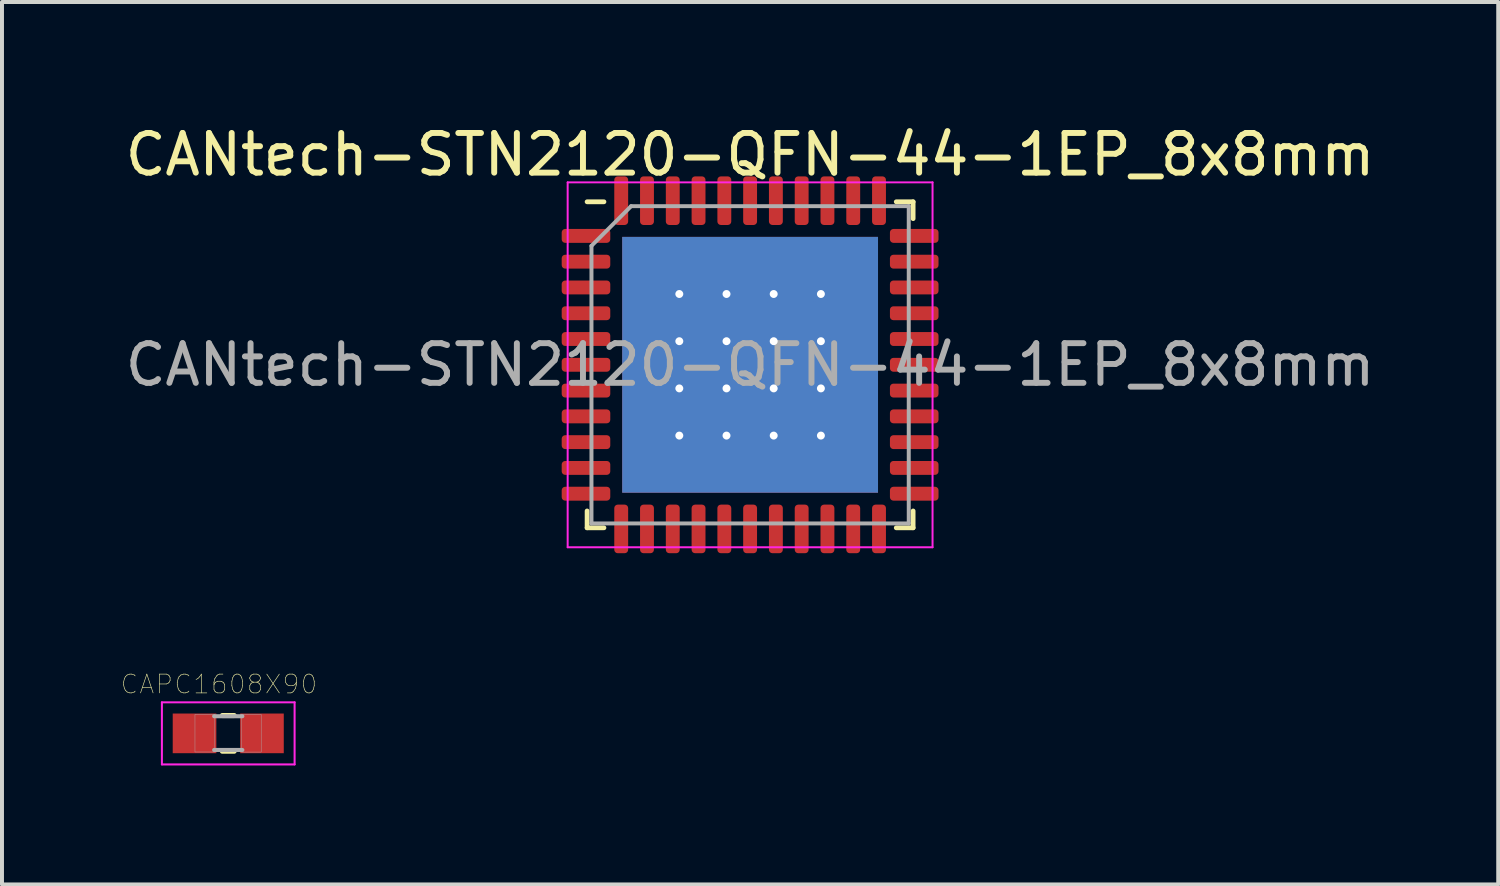
<source format=kicad_pcb>
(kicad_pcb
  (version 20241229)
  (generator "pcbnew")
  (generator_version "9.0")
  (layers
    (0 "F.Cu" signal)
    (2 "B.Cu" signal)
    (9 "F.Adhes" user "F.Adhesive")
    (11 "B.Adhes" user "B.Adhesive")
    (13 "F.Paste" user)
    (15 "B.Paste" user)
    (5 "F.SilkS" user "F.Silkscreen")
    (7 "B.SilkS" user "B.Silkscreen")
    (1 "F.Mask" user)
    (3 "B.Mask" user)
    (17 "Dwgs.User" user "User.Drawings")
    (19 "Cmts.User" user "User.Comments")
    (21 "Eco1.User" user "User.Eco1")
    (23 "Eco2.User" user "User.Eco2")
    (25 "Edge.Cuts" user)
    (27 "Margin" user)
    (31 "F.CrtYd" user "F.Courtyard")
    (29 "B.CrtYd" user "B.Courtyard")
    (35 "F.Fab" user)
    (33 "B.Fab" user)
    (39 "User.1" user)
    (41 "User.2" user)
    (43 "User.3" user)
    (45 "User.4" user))
  (footprint "CAPC1608X90"
    (layer "F.Cu")
    (at 2.705 15.441)
    (property "Reference" "CAPC1608X90" (at -0.236 -1.239 0) (layer "F.SilkS") (effects (font (size 0.474 0.474) (thickness 0.015))))
    (attr through_hole)
    (fp_line (start -0.15 -0.45) (end 0.15 -0.45) (stroke (width 0.127) (type solid)) (layer "F.SilkS"))
    (fp_line (start -0.15 0.45) (end 0.15 0.45) (stroke (width 0.127) (type solid)) (layer "F.SilkS"))
    (fp_line (start -1.673 -0.783) (end 1.673 -0.783) (stroke (width 0.051) (type solid)) (layer "F.CrtYd"))
    (fp_line (start -1.673 0.783) (end -1.673 -0.783) (stroke (width 0.051) (type solid)) (layer "F.CrtYd"))
    (fp_line (start 1.673 -0.783) (end 1.673 0.783) (stroke (width 0.051) (type solid)) (layer "F.CrtYd"))
    (fp_line (start 1.673 0.783) (end -1.673 0.783) (stroke (width 0.051) (type solid)) (layer "F.CrtYd"))
    (fp_line (start -0.356 -0.432) (end 0.356 -0.432) (stroke (width 0.102) (type solid)) (layer "F.Fab"))
    (fp_line (start -0.356 0.419) (end 0.356 0.419) (stroke (width 0.102) (type solid)) (layer "F.Fab"))
    (fp_poly (pts (xy -0.839 -0.48) (xy -0.338 -0.48) (xy -0.338 0.47) (xy -0.839 0.47)) (stroke (width 0.01) (type solid)) (fill no) (layer "F.Fab"))
    (fp_poly (pts (xy 0.331 -0.48) (xy 0.83 -0.48) (xy 0.83 0.471) (xy 0.331 0.471)) (stroke (width 0.01) (type solid)) (fill no) (layer "F.Fab"))
    (pad "1" smd rect (at -0.85 0) (size 1.1 1) (layers "F.Cu" "F.Mask" "F.Paste"))
    (pad "2" smd rect (at 0.85 0) (size 1.1 1) (layers "F.Cu" "F.Mask" "F.Paste")))
  (footprint "CANtech-STN2120-QFN-44-1EP_8x8mm"
    (layer "F.Cu")
    (at 15.863 6.148)
    (property "Reference" "CANtech-STN2120-QFN-44-1EP_8x8mm" (at 0 -5.3 0) (layer "F.SilkS") (effects (font (size 1 1) (thickness 0.15))))
    (attr smd)
    (fp_line (start -4.11 4.11) (end -4.11 3.685) (stroke (width 0.12) (type solid)) (layer "F.SilkS"))
    (fp_line (start -3.685 -4.11) (end -4.11 -4.11) (stroke (width 0.12) (type solid)) (layer "F.SilkS"))
    (fp_line (start -3.685 4.11) (end -4.11 4.11) (stroke (width 0.12) (type solid)) (layer "F.SilkS"))
    (fp_line (start 3.685 -4.11) (end 4.11 -4.11) (stroke (width 0.12) (type solid)) (layer "F.SilkS"))
    (fp_line (start 3.685 4.11) (end 4.11 4.11) (stroke (width 0.12) (type solid)) (layer "F.SilkS"))
    (fp_line (start 4.11 -4.11) (end 4.11 -3.685) (stroke (width 0.12) (type solid)) (layer "F.SilkS"))
    (fp_line (start 4.11 4.11) (end 4.11 3.685) (stroke (width 0.12) (type solid)) (layer "F.SilkS"))
    (fp_line (start -4.6 -4.6) (end -4.6 4.6) (stroke (width 0.05) (type solid)) (layer "F.CrtYd"))
    (fp_line (start -4.6 4.6) (end 4.6 4.6) (stroke (width 0.05) (type solid)) (layer "F.CrtYd"))
    (fp_line (start 4.6 -4.6) (end -4.6 -4.6) (stroke (width 0.05) (type solid)) (layer "F.CrtYd"))
    (fp_line (start 4.6 4.6) (end 4.6 -4.6) (stroke (width 0.05) (type solid)) (layer "F.CrtYd"))
    (fp_line (start -4 -3) (end -3 -4) (stroke (width 0.1) (type solid)) (layer "F.Fab"))
    (fp_line (start -4 4) (end -4 -3) (stroke (width 0.1) (type solid)) (layer "F.Fab"))
    (fp_line (start -3 -4) (end 4 -4) (stroke (width 0.1) (type solid)) (layer "F.Fab"))
    (fp_line (start 4 -4) (end 4 4) (stroke (width 0.1) (type solid)) (layer "F.Fab"))
    (fp_line (start 4 4) (end -4 4) (stroke (width 0.1) (type solid)) (layer "F.Fab"))
    (fp_text user "${REFERENCE}" (at 0 0 0) (layer "F.Fab") (effects (font (size 1 1) (thickness 0.15))))
    (pad "" smd roundrect (at -2.38 -2.38) (size 0.999 0.999) (layers "F.Paste") (roundrect_rratio 0.25))
    (pad "" smd roundrect (at -2.38 -1.19) (size 0.999 0.999) (layers "F.Paste") (roundrect_rratio 0.25))
    (pad "" smd roundrect (at -2.38 0) (size 0.999 0.999) (layers "F.Paste") (roundrect_rratio 0.25))
    (pad "" smd roundrect (at -2.38 1.19) (size 0.999 0.999) (layers "F.Paste") (roundrect_rratio 0.25))
    (pad "" smd roundrect (at -2.38 2.38) (size 0.999 0.999) (layers "F.Paste") (roundrect_rratio 0.25))
    (pad "" smd roundrect (at -1.19 -2.38) (size 0.999 0.999) (layers "F.Paste") (roundrect_rratio 0.25))
    (pad "" smd roundrect (at -1.19 -1.19) (size 0.999 0.999) (layers "F.Paste") (roundrect_rratio 0.25))
    (pad "" smd roundrect (at -1.19 0) (size 0.999 0.999) (layers "F.Paste") (roundrect_rratio 0.25))
    (pad "" smd roundrect (at -1.19 1.19) (size 0.999 0.999) (layers "F.Paste") (roundrect_rratio 0.25))
    (pad "" smd roundrect (at -1.19 2.38) (size 0.999 0.999) (layers "F.Paste") (roundrect_rratio 0.25))
    (pad "" smd roundrect (at 0 -2.38) (size 0.999 0.999) (layers "F.Paste") (roundrect_rratio 0.25))
    (pad "" smd roundrect (at 0 -1.19) (size 0.999 0.999) (layers "F.Paste") (roundrect_rratio 0.25))
    (pad "" smd roundrect (at 0 0) (size 0.999 0.999) (layers "F.Paste") (roundrect_rratio 0.25))
    (pad "" smd roundrect (at 0 1.19) (size 0.999 0.999) (layers "F.Paste") (roundrect_rratio 0.25))
    (pad "" smd roundrect (at 0 2.38) (size 0.999 0.999) (layers "F.Paste") (roundrect_rratio 0.25))
    (pad "" smd roundrect (at 1.19 -2.38) (size 0.999 0.999) (layers "F.Paste") (roundrect_rratio 0.25))
    (pad "" smd roundrect (at 1.19 -1.19) (size 0.999 0.999) (layers "F.Paste") (roundrect_rratio 0.25))
    (pad "" smd roundrect (at 1.19 0) (size 0.999 0.999) (layers "F.Paste") (roundrect_rratio 0.25))
    (pad "" smd roundrect (at 1.19 1.19) (size 0.999 0.999) (layers "F.Paste") (roundrect_rratio 0.25))
    (pad "" smd roundrect (at 1.19 2.38) (size 0.999 0.999) (layers "F.Paste") (roundrect_rratio 0.25))
    (pad "" smd roundrect (at 2.38 -2.38) (size 0.999 0.999) (layers "F.Paste") (roundrect_rratio 0.25))
    (pad "" smd roundrect (at 2.38 -1.19) (size 0.999 0.999) (layers "F.Paste") (roundrect_rratio 0.25))
    (pad "" smd roundrect (at 2.38 0) (size 0.999 0.999) (layers "F.Paste") (roundrect_rratio 0.25))
    (pad "" smd roundrect (at 2.38 1.19) (size 0.999 0.999) (layers "F.Paste") (roundrect_rratio 0.25))
    (pad "" smd roundrect (at 2.38 2.38) (size 0.999 0.999) (layers "F.Paste") (roundrect_rratio 0.25))
    (pad "1" smd roundrect (at -4.138 -3.25) (size 1.225 0.35) (layers "F.Cu" "F.Mask" "F.Paste") (roundrect_rratio 0.25))
    (pad "2" smd roundrect (at -4.138 -2.6) (size 1.225 0.35) (layers "F.Cu" "F.Mask" "F.Paste") (roundrect_rratio 0.25))
    (pad "3" smd roundrect (at -4.138 -1.95) (size 1.225 0.35) (layers "F.Cu" "F.Mask" "F.Paste") (roundrect_rratio 0.25))
    (pad "4" smd roundrect (at -4.138 -1.3) (size 1.225 0.35) (layers "F.Cu" "F.Mask" "F.Paste") (roundrect_rratio 0.25))
    (pad "5" smd roundrect (at -4.138 -0.65) (size 1.225 0.35) (layers "F.Cu" "F.Mask" "F.Paste") (roundrect_rratio 0.25))
    (pad "6" smd roundrect (at -4.138 0) (size 1.225 0.35) (layers "F.Cu" "F.Mask" "F.Paste") (roundrect_rratio 0.25))
    (pad "7" smd roundrect (at -4.138 0.65) (size 1.225 0.35) (layers "F.Cu" "F.Mask" "F.Paste") (roundrect_rratio 0.25))
    (pad "8" smd roundrect (at -4.138 1.3) (size 1.225 0.35) (layers "F.Cu" "F.Mask" "F.Paste") (roundrect_rratio 0.25))
    (pad "9" smd roundrect (at -4.138 1.95) (size 1.225 0.35) (layers "F.Cu" "F.Mask" "F.Paste") (roundrect_rratio 0.25))
    (pad "10" smd roundrect (at -4.138 2.6) (size 1.225 0.35) (layers "F.Cu" "F.Mask" "F.Paste") (roundrect_rratio 0.25))
    (pad "11" smd roundrect (at -4.138 3.25) (size 1.225 0.35) (layers "F.Cu" "F.Mask" "F.Paste") (roundrect_rratio 0.25))
    (pad "12" smd roundrect (at -3.25 4.138) (size 0.35 1.225) (layers "F.Cu" "F.Mask" "F.Paste") (roundrect_rratio 0.25))
    (pad "13" smd roundrect (at -2.6 4.138) (size 0.35 1.225) (layers "F.Cu" "F.Mask" "F.Paste") (roundrect_rratio 0.25))
    (pad "14" smd roundrect (at -1.95 4.138) (size 0.35 1.225) (layers "F.Cu" "F.Mask" "F.Paste") (roundrect_rratio 0.25))
    (pad "15" smd roundrect (at -1.3 4.138) (size 0.35 1.225) (layers "F.Cu" "F.Mask" "F.Paste") (roundrect_rratio 0.25))
    (pad "16" smd roundrect (at -0.65 4.138) (size 0.35 1.225) (layers "F.Cu" "F.Mask" "F.Paste") (roundrect_rratio 0.25))
    (pad "17" smd roundrect (at 0 4.138) (size 0.35 1.225) (layers "F.Cu" "F.Mask" "F.Paste") (roundrect_rratio 0.25))
    (pad "18" smd roundrect (at 0.65 4.138) (size 0.35 1.225) (layers "F.Cu" "F.Mask" "F.Paste") (roundrect_rratio 0.25))
    (pad "19" smd roundrect (at 1.3 4.138) (size 0.35 1.225) (layers "F.Cu" "F.Mask" "F.Paste") (roundrect_rratio 0.25))
    (pad "20" smd roundrect (at 1.95 4.138) (size 0.35 1.225) (layers "F.Cu" "F.Mask" "F.Paste") (roundrect_rratio 0.25))
    (pad "21" smd roundrect (at 2.6 4.138) (size 0.35 1.225) (layers "F.Cu" "F.Mask" "F.Paste") (roundrect_rratio 0.25))
    (pad "22" smd roundrect (at 3.25 4.138) (size 0.35 1.225) (layers "F.Cu" "F.Mask" "F.Paste") (roundrect_rratio 0.25))
    (pad "23" smd roundrect (at 4.138 3.25) (size 1.225 0.35) (layers "F.Cu" "F.Mask" "F.Paste") (roundrect_rratio 0.25))
    (pad "24" smd roundrect (at 4.138 2.6) (size 1.225 0.35) (layers "F.Cu" "F.Mask" "F.Paste") (roundrect_rratio 0.25))
    (pad "25" smd roundrect (at 4.138 1.95) (size 1.225 0.35) (layers "F.Cu" "F.Mask" "F.Paste") (roundrect_rratio 0.25))
    (pad "26" smd roundrect (at 4.138 1.3) (size 1.225 0.35) (layers "F.Cu" "F.Mask" "F.Paste") (roundrect_rratio 0.25))
    (pad "27" smd roundrect (at 4.138 0.65) (size 1.225 0.35) (layers "F.Cu" "F.Mask" "F.Paste") (roundrect_rratio 0.25))
    (pad "28" smd roundrect (at 4.138 0) (size 1.225 0.35) (layers "F.Cu" "F.Mask" "F.Paste") (roundrect_rratio 0.25))
    (pad "29" smd roundrect (at 4.138 -0.65) (size 1.225 0.35) (layers "F.Cu" "F.Mask" "F.Paste") (roundrect_rratio 0.25))
    (pad "30" smd roundrect (at 4.138 -1.3) (size 1.225 0.35) (layers "F.Cu" "F.Mask" "F.Paste") (roundrect_rratio 0.25))
    (pad "31" smd roundrect (at 4.138 -1.95) (size 1.225 0.35) (layers "F.Cu" "F.Mask" "F.Paste") (roundrect_rratio 0.25))
    (pad "32" smd roundrect (at 4.138 -2.6) (size 1.225 0.35) (layers "F.Cu" "F.Mask" "F.Paste") (roundrect_rratio 0.25))
    (pad "33" smd roundrect (at 4.138 -3.25) (size 1.225 0.35) (layers "F.Cu" "F.Mask" "F.Paste") (roundrect_rratio 0.25))
    (pad "34" smd roundrect (at 3.25 -4.138) (size 0.35 1.225) (layers "F.Cu" "F.Mask" "F.Paste") (roundrect_rratio 0.25))
    (pad "35" smd roundrect (at 2.6 -4.138) (size 0.35 1.225) (layers "F.Cu" "F.Mask" "F.Paste") (roundrect_rratio 0.25))
    (pad "36" smd roundrect (at 1.95 -4.138) (size 0.35 1.225) (layers "F.Cu" "F.Mask" "F.Paste") (roundrect_rratio 0.25))
    (pad "37" smd roundrect (at 1.3 -4.138) (size 0.35 1.225) (layers "F.Cu" "F.Mask" "F.Paste") (roundrect_rratio 0.25))
    (pad "38" smd roundrect (at 0.65 -4.138) (size 0.35 1.225) (layers "F.Cu" "F.Mask" "F.Paste") (roundrect_rratio 0.25))
    (pad "39" smd roundrect (at 0 -4.138) (size 0.35 1.225) (layers "F.Cu" "F.Mask" "F.Paste") (roundrect_rratio 0.25))
    (pad "40" smd roundrect (at -0.65 -4.138) (size 0.35 1.225) (layers "F.Cu" "F.Mask" "F.Paste") (roundrect_rratio 0.25))
    (pad "41" smd roundrect (at -1.3 -4.138) (size 0.35 1.225) (layers "F.Cu" "F.Mask" "F.Paste") (roundrect_rratio 0.25))
    (pad "42" smd roundrect (at -1.95 -4.138) (size 0.35 1.225) (layers "F.Cu" "F.Mask" "F.Paste") (roundrect_rratio 0.25))
    (pad "43" smd roundrect (at -2.6 -4.138) (size 0.35 1.225) (layers "F.Cu" "F.Mask" "F.Paste") (roundrect_rratio 0.25))
    (pad "44" smd roundrect (at -3.25 -4.138) (size 0.35 1.225) (layers "F.Cu" "F.Mask" "F.Paste") (roundrect_rratio 0.25))
    (pad "45" thru_hole circle (at -1.785 -1.785) (size 0.5 0.5) (drill 0.2) (layers "*.Cu"))
    (pad "45" thru_hole circle (at -1.785 -0.595) (size 0.5 0.5) (drill 0.2) (layers "*.Cu"))
    (pad "45" thru_hole circle (at -1.785 0.595) (size 0.5 0.5) (drill 0.2) (layers "*.Cu"))
    (pad "45" thru_hole circle (at -1.785 1.785) (size 0.5 0.5) (drill 0.2) (layers "*.Cu"))
    (pad "45" thru_hole circle (at -0.595 -1.785) (size 0.5 0.5) (drill 0.2) (layers "*.Cu"))
    (pad "45" thru_hole circle (at -0.595 -0.595) (size 0.5 0.5) (drill 0.2) (layers "*.Cu"))
    (pad "45" thru_hole circle (at -0.595 0.595) (size 0.5 0.5) (drill 0.2) (layers "*.Cu"))
    (pad "45" thru_hole circle (at -0.595 1.785) (size 0.5 0.5) (drill 0.2) (layers "*.Cu"))
    (pad "45" smd rect (at 0 0) (size 6.45 6.45) (layers "F.Cu" "F.Mask"))
    (pad "45" smd rect (at 0 0) (size 6.45 6.45) (layers "B.Cu"))
    (pad "45" thru_hole circle (at 0.595 -1.785) (size 0.5 0.5) (drill 0.2) (layers "*.Cu"))
    (pad "45" thru_hole circle (at 0.595 -0.595) (size 0.5 0.5) (drill 0.2) (layers "*.Cu"))
    (pad "45" thru_hole circle (at 0.595 0.595) (size 0.5 0.5) (drill 0.2) (layers "*.Cu"))
    (pad "45" thru_hole circle (at 0.595 1.785) (size 0.5 0.5) (drill 0.2) (layers "*.Cu"))
    (pad "45" thru_hole circle (at 1.785 -1.785) (size 0.5 0.5) (drill 0.2) (layers "*.Cu"))
    (pad "45" thru_hole circle (at 1.785 -0.595) (size 0.5 0.5) (drill 0.2) (layers "*.Cu"))
    (pad "45" thru_hole circle (at 1.785 0.595) (size 0.5 0.5) (drill 0.2) (layers "*.Cu"))
    (pad "45" thru_hole circle (at 1.785 1.785) (size 0.5 0.5) (drill 0.2) (layers "*.Cu")))
  (gr_rect
    (start -3 -3)
    (end 34.726 19.25)
    (stroke (width 0.1) (type default))
    (fill no)
    (layer "Edge.Cuts")))
</source>
